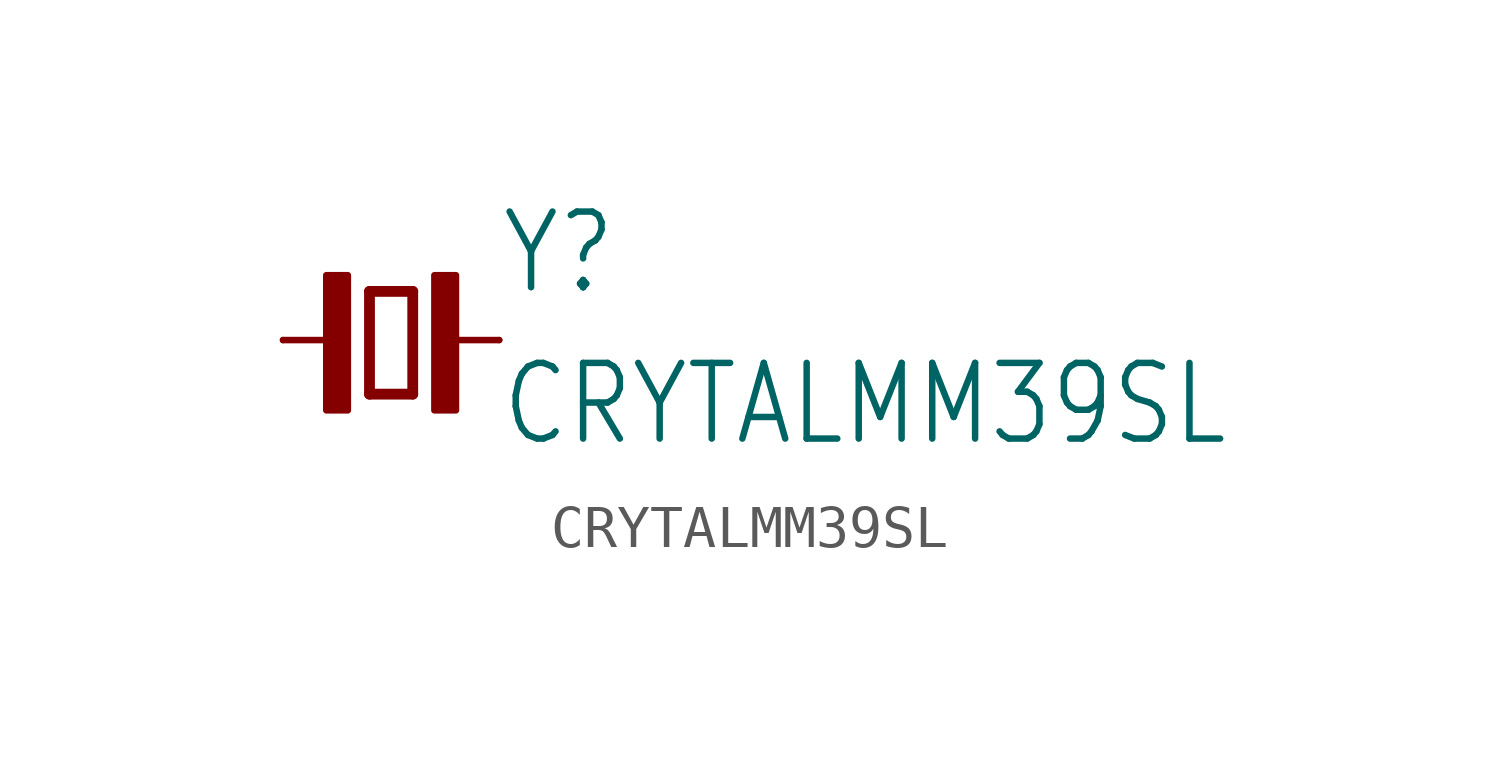
<source format=kicad_sym>
(kicad_symbol_lib
  (version 20211014)
  (generator kicad_symbol_editor)
  (symbol "CRYTALMM39SL"
    (property "Reference" "Y"
      (at 2.54 1.016 0)
      (effects (font (size 1.778 1.511)) (justify left bottom)))
    (property "Value" "CRYTALMM39SL"
      (at 2.54 -2.54 0)
      (effects (font (size 1.778 1.511)) (justify left bottom)))
    (property "ki_locked" ""
      (at 0 0 0)
      (effects (font (size 1.27 1.27))))
    (symbol "CRYTALMM39SL_1_0"
      (rectangle (start -1.524 -1.651) (end -1.016 1.524) (stroke (width 0) (type default) (color 0 0 0 0)) (fill (type outline)))
      (polyline (pts (xy -2.54 0) (xy -1.143 0)) (stroke (width 0.152) (type default) (color 0 0 0 0)) (fill (type none)))
      (polyline (pts (xy -0.508 -1.27) (xy 0.508 -1.27)) (stroke (width 0.254) (type default) (color 0 0 0 0)) (fill (type none)))
      (polyline (pts (xy -0.508 1.143) (xy -0.508 -1.27)) (stroke (width 0.254) (type default) (color 0 0 0 0)) (fill (type none)))
      (polyline (pts (xy 0.508 -1.27) (xy 0.508 1.143)) (stroke (width 0.254) (type default) (color 0 0 0 0)) (fill (type none)))
      (polyline (pts (xy 0.508 1.143) (xy -0.508 1.143)) (stroke (width 0.254) (type default) (color 0 0 0 0)) (fill (type none)))
      (polyline (pts (xy 1.143 0) (xy 2.54 0)) (stroke (width 0.152) (type default) (color 0 0 0 0)) (fill (type none)))
      (rectangle (start 1.016 -1.651) (end 1.524 1.524) (stroke (width 0) (type default) (color 0 0 0 0)) (fill (type outline)))
      (pin passive line (at -2.54 0 0) (length 0) (name "1" (effects (font (size 0 0)))) (number "1" (effects (font (size 0 0)))))
      (pin passive line (at 2.54 0 180) (length 0) (name "2" (effects (font (size 0 0)))) (number "4" (effects (font (size 0 0))))))))
</source>
